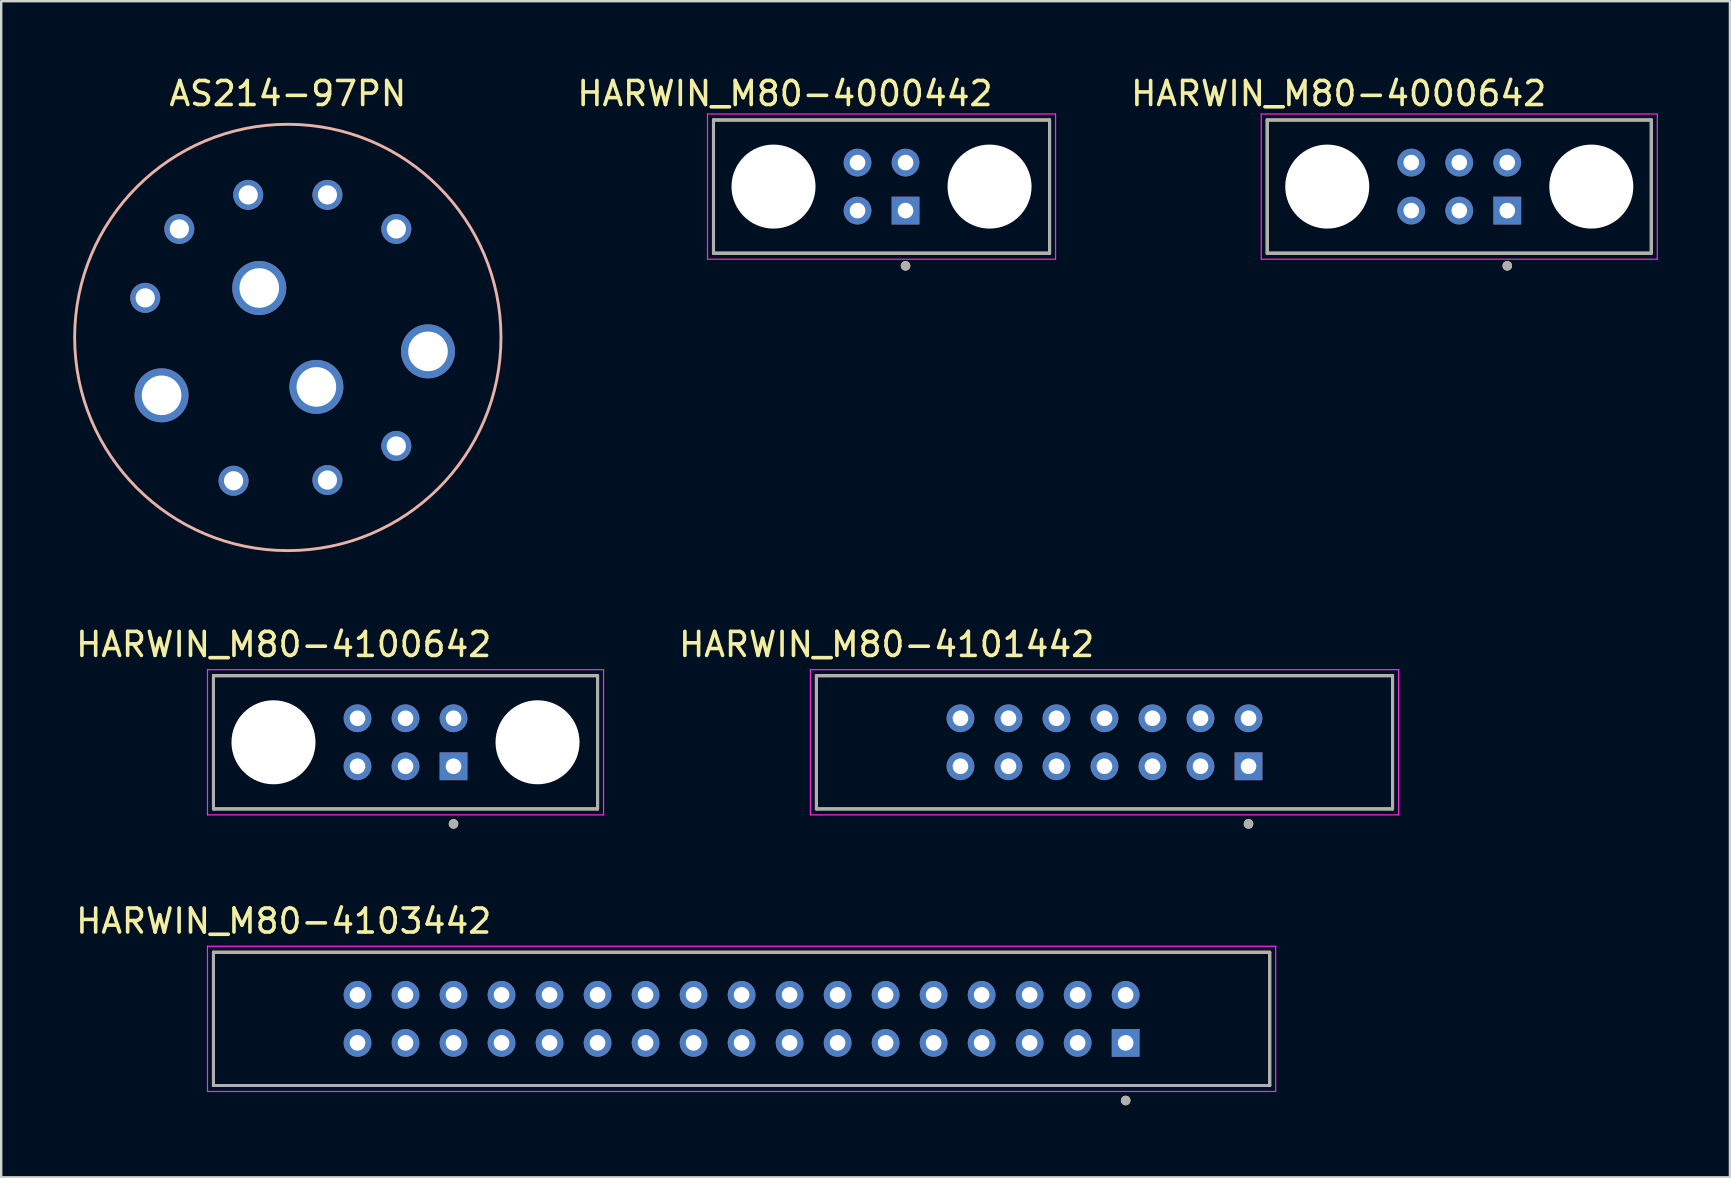
<source format=kicad_pcb>
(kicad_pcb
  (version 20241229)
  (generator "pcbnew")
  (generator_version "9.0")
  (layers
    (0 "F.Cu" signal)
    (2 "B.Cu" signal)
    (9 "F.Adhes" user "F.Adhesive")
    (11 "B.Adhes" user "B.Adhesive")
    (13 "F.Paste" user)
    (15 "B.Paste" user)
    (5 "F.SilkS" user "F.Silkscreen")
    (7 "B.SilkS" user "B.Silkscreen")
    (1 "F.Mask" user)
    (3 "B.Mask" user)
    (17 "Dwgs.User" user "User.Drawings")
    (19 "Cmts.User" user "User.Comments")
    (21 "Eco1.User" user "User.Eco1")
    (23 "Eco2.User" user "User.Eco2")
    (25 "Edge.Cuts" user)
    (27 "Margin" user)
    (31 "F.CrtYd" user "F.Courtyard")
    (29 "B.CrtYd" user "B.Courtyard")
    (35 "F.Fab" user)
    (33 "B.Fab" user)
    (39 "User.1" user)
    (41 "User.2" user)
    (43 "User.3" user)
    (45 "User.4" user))
  (footprint "HARWIN_M80-4103442"
    (layer "F.Cu")
    (at 27.843 39.395)
    (property "Reference" "HARWIN_M80-4103442" (at -19.075 -4.075 0) (layer "F.SilkS") (effects (font (size 1 1) (thickness 0.15))))
    (attr through_hole)
    (fp_line (start -22 -2.775) (end -22 2.775) (stroke (width 0.127) (type solid)) (layer "F.SilkS"))
    (fp_line (start -22 2.775) (end 22 2.775) (stroke (width 0.127) (type solid)) (layer "F.SilkS"))
    (fp_line (start 22 -2.775) (end -22 -2.775) (stroke (width 0.127) (type solid)) (layer "F.SilkS"))
    (fp_line (start 22 2.775) (end 22 -2.775) (stroke (width 0.127) (type solid)) (layer "F.SilkS"))
    (fp_circle (center 16 3.4) (end 16.1 3.4) (stroke (width 0.2) (type solid)) (fill no) (layer "F.SilkS"))
    (fp_line (start -22.25 -3.025) (end -22.25 3.025) (stroke (width 0.05) (type solid)) (layer "F.CrtYd"))
    (fp_line (start -22.25 3.025) (end 22.25 3.025) (stroke (width 0.05) (type solid)) (layer "F.CrtYd"))
    (fp_line (start 22.25 -3.025) (end -22.25 -3.025) (stroke (width 0.05) (type solid)) (layer "F.CrtYd"))
    (fp_line (start 22.25 3.025) (end 22.25 -3.025) (stroke (width 0.05) (type solid)) (layer "F.CrtYd"))
    (fp_line (start -22 -2.775) (end -22 2.775) (stroke (width 0.127) (type solid)) (layer "F.Fab"))
    (fp_line (start -22 2.775) (end 22 2.775) (stroke (width 0.127) (type solid)) (layer "F.Fab"))
    (fp_line (start 22 -2.775) (end -22 -2.775) (stroke (width 0.127) (type solid)) (layer "F.Fab"))
    (fp_line (start 22 2.775) (end 22 -2.775) (stroke (width 0.127) (type solid)) (layer "F.Fab"))
    (fp_circle (center 16 3.4) (end 16.1 3.4) (stroke (width 0.2) (type solid)) (fill no) (layer "F.Fab"))
    (pad "1" thru_hole rect (at 16 1) (size 1.158 1.158) (drill 0.65) (layers "*.Cu" "*.Mask"))
    (pad "2" thru_hole circle (at 14 1) (size 1.158 1.158) (drill 0.65) (layers "*.Cu" "*.Mask"))
    (pad "3" thru_hole circle (at 12 1) (size 1.158 1.158) (drill 0.65) (layers "*.Cu" "*.Mask"))
    (pad "4" thru_hole circle (at 10 1) (size 1.158 1.158) (drill 0.65) (layers "*.Cu" "*.Mask"))
    (pad "5" thru_hole circle (at 8 1) (size 1.158 1.158) (drill 0.65) (layers "*.Cu" "*.Mask"))
    (pad "6" thru_hole circle (at 6 1) (size 1.158 1.158) (drill 0.65) (layers "*.Cu" "*.Mask"))
    (pad "7" thru_hole circle (at 4 1) (size 1.158 1.158) (drill 0.65) (layers "*.Cu" "*.Mask"))
    (pad "8" thru_hole circle (at 2 1) (size 1.158 1.158) (drill 0.65) (layers "*.Cu" "*.Mask"))
    (pad "9" thru_hole circle (at 0 1) (size 1.158 1.158) (drill 0.65) (layers "*.Cu" "*.Mask"))
    (pad "10" thru_hole circle (at -2 1) (size 1.158 1.158) (drill 0.65) (layers "*.Cu" "*.Mask"))
    (pad "11" thru_hole circle (at -4 1) (size 1.158 1.158) (drill 0.65) (layers "*.Cu" "*.Mask"))
    (pad "12" thru_hole circle (at -6 1) (size 1.158 1.158) (drill 0.65) (layers "*.Cu" "*.Mask"))
    (pad "13" thru_hole circle (at -8 1) (size 1.158 1.158) (drill 0.65) (layers "*.Cu" "*.Mask"))
    (pad "14" thru_hole circle (at -10 1) (size 1.158 1.158) (drill 0.65) (layers "*.Cu" "*.Mask"))
    (pad "15" thru_hole circle (at -12 1) (size 1.158 1.158) (drill 0.65) (layers "*.Cu" "*.Mask"))
    (pad "16" thru_hole circle (at -14 1) (size 1.158 1.158) (drill 0.65) (layers "*.Cu" "*.Mask"))
    (pad "17" thru_hole circle (at -16 1) (size 1.158 1.158) (drill 0.65) (layers "*.Cu" "*.Mask"))
    (pad "18" thru_hole circle (at 16 -1) (size 1.158 1.158) (drill 0.65) (layers "*.Cu" "*.Mask"))
    (pad "19" thru_hole circle (at 14 -1) (size 1.158 1.158) (drill 0.65) (layers "*.Cu" "*.Mask"))
    (pad "20" thru_hole circle (at 12 -1) (size 1.158 1.158) (drill 0.65) (layers "*.Cu" "*.Mask"))
    (pad "21" thru_hole circle (at 10 -1) (size 1.158 1.158) (drill 0.65) (layers "*.Cu" "*.Mask"))
    (pad "22" thru_hole circle (at 8 -1) (size 1.158 1.158) (drill 0.65) (layers "*.Cu" "*.Mask"))
    (pad "23" thru_hole circle (at 6 -1) (size 1.158 1.158) (drill 0.65) (layers "*.Cu" "*.Mask"))
    (pad "24" thru_hole circle (at 4 -1) (size 1.158 1.158) (drill 0.65) (layers "*.Cu" "*.Mask"))
    (pad "25" thru_hole circle (at 2 -1) (size 1.158 1.158) (drill 0.65) (layers "*.Cu" "*.Mask"))
    (pad "26" thru_hole circle (at 0 -1) (size 1.158 1.158) (drill 0.65) (layers "*.Cu" "*.Mask"))
    (pad "27" thru_hole circle (at -2 -1) (size 1.158 1.158) (drill 0.65) (layers "*.Cu" "*.Mask"))
    (pad "28" thru_hole circle (at -4 -1) (size 1.158 1.158) (drill 0.65) (layers "*.Cu" "*.Mask"))
    (pad "29" thru_hole circle (at -6 -1) (size 1.158 1.158) (drill 0.65) (layers "*.Cu" "*.Mask"))
    (pad "30" thru_hole circle (at -8 -1) (size 1.158 1.158) (drill 0.65) (layers "*.Cu" "*.Mask"))
    (pad "31" thru_hole circle (at -10 -1) (size 1.158 1.158) (drill 0.65) (layers "*.Cu" "*.Mask"))
    (pad "32" thru_hole circle (at -12 -1) (size 1.158 1.158) (drill 0.65) (layers "*.Cu" "*.Mask"))
    (pad "33" thru_hole circle (at -14 -1) (size 1.158 1.158) (drill 0.65) (layers "*.Cu" "*.Mask"))
    (pad "34" thru_hole circle (at -16 -1) (size 1.158 1.158) (drill 0.65) (layers "*.Cu" "*.Mask")))
  (footprint "AS214-97PN"
    (layer "F.Cu")
    (at 8.94 11.008)
    (property "Reference" "AS214-97PN" (at -0.000001 -10.16 0) (layer "F.SilkS") (effects (font (size 1 1) (thickness 0.15))))
    (attr through_hole)
    (fp_circle (center 0 0) (end -8.88 0) (stroke (width 0.12) (type solid)) (fill no) (layer "B.SilkS"))
    (pad "A" thru_hole circle (at 1.65 -5.94) (size 1.25 1.25) (drill 0.8) (layers "*.Cu" "*.Mask"))
    (pad "B" thru_hole circle (at 4.52 -4.52) (size 1.25 1.25) (drill 0.8) (layers "*.Cu" "*.Mask"))
    (pad "C" thru_hole circle (at 5.84 0.58) (size 2.25 2.25) (drill 1.65) (layers "*.Cu" "*.Mask"))
    (pad "D" thru_hole circle (at 4.52 4.52) (size 1.25 1.25) (drill 0.8) (layers "*.Cu" "*.Mask"))
    (pad "E" thru_hole circle (at 1.65 5.94) (size 1.25 1.25) (drill 0.8) (layers "*.Cu" "*.Mask"))
    (pad "F" thru_hole circle (at -2.26 5.97) (size 1.25 1.25) (drill 0.8) (layers "*.Cu" "*.Mask"))
    (pad "G" thru_hole circle (at -5.26 2.41) (size 2.25 2.25) (drill 1.65) (layers "*.Cu" "*.Mask"))
    (pad "H" thru_hole circle (at -5.94 -1.65) (size 1.25 1.25) (drill 0.8) (layers "*.Cu" "*.Mask"))
    (pad "J" thru_hole circle (at -4.52 -4.52) (size 1.25 1.25) (drill 0.8) (layers "*.Cu" "*.Mask"))
    (pad "K" thru_hole circle (at -1.65 -5.94) (size 1.25 1.25) (drill 0.8) (layers "*.Cu" "*.Mask"))
    (pad "L" thru_hole circle (at -1.19 -2.06) (size 2.25 2.25) (drill 1.65) (layers "*.Cu" "*.Mask"))
    (pad "M" thru_hole circle (at 1.19 2.06) (size 2.25 2.25) (drill 1.65) (layers "*.Cu" "*.Mask")))
  (footprint "HARWIN_M80-4000442"
    (layer "F.Cu")
    (at 33.673 4.723)
    (property "Reference" "HARWIN_M80-4000442" (at -4.025 -3.875 0) (layer "F.SilkS") (effects (font (size 1 1) (thickness 0.15))))
    (attr through_hole)
    (fp_line (start -7 -2.775) (end -7 2.775) (stroke (width 0.127) (type solid)) (layer "F.SilkS"))
    (fp_line (start -7 2.775) (end 7 2.775) (stroke (width 0.127) (type solid)) (layer "F.SilkS"))
    (fp_line (start 7 -2.775) (end -7 -2.775) (stroke (width 0.127) (type solid)) (layer "F.SilkS"))
    (fp_line (start 7 2.775) (end 7 -2.775) (stroke (width 0.127) (type solid)) (layer "F.SilkS"))
    (fp_circle (center 1 3.3) (end 1.1 3.3) (stroke (width 0.2) (type solid)) (fill no) (layer "F.SilkS"))
    (fp_line (start -7.25 -3.025) (end -7.25 3.025) (stroke (width 0.05) (type solid)) (layer "F.CrtYd"))
    (fp_line (start -7.25 3.025) (end 7.25 3.025) (stroke (width 0.05) (type solid)) (layer "F.CrtYd"))
    (fp_line (start 7.25 -3.025) (end -7.25 -3.025) (stroke (width 0.05) (type solid)) (layer "F.CrtYd"))
    (fp_line (start 7.25 3.025) (end 7.25 -3.025) (stroke (width 0.05) (type solid)) (layer "F.CrtYd"))
    (fp_line (start -7 -2.775) (end -7 2.775) (stroke (width 0.127) (type solid)) (layer "F.Fab"))
    (fp_line (start -7 2.775) (end 7 2.775) (stroke (width 0.127) (type solid)) (layer "F.Fab"))
    (fp_line (start 7 -2.775) (end -7 -2.775) (stroke (width 0.127) (type solid)) (layer "F.Fab"))
    (fp_line (start 7 2.775) (end 7 -2.775) (stroke (width 0.127) (type solid)) (layer "F.Fab"))
    (fp_circle (center 1 3.3) (end 1.1 3.3) (stroke (width 0.2) (type solid)) (fill no) (layer "F.Fab"))
    (pad "" np_thru_hole circle (at -4.5 0) (size 3.5 3.5) (drill 3.5) (layers "*.Cu" "*.Mask"))
    (pad "" np_thru_hole circle (at 4.5 0) (size 3.5 3.5) (drill 3.5) (layers "*.Cu" "*.Mask"))
    (pad "1" thru_hole rect (at 1 1) (size 1.158 1.158) (drill 0.65) (layers "*.Cu" "*.Mask"))
    (pad "2" thru_hole circle (at -1 1) (size 1.158 1.158) (drill 0.65) (layers "*.Cu" "*.Mask"))
    (pad "3" thru_hole circle (at 1 -1) (size 1.158 1.158) (drill 0.65) (layers "*.Cu" "*.Mask"))
    (pad "4" thru_hole circle (at -1 -1) (size 1.158 1.158) (drill 0.65) (layers "*.Cu" "*.Mask")))
  (footprint "HARWIN_M80-4100642"
    (layer "F.Cu")
    (at 13.843 27.872)
    (property "Reference" "HARWIN_M80-4100642" (at -5.075 -4.075 0) (layer "F.SilkS") (effects (font (size 1 1) (thickness 0.15))))
    (attr through_hole)
    (fp_line (start -8 -2.775) (end -8 2.775) (stroke (width 0.127) (type solid)) (layer "F.SilkS"))
    (fp_line (start -8 -2.775) (end 8 -2.775) (stroke (width 0.127) (type solid)) (layer "F.SilkS"))
    (fp_line (start 8 -2.775) (end 8 2.775) (stroke (width 0.127) (type solid)) (layer "F.SilkS"))
    (fp_line (start 8 2.775) (end -8 2.775) (stroke (width 0.127) (type solid)) (layer "F.SilkS"))
    (fp_circle (center 2 3.4) (end 2.1 3.4) (stroke (width 0.2) (type solid)) (fill no) (layer "F.SilkS"))
    (fp_line (start -8.25 -3.025) (end -8.25 3.025) (stroke (width 0.05) (type solid)) (layer "F.CrtYd"))
    (fp_line (start -8.25 3.025) (end 8.25 3.025) (stroke (width 0.05) (type solid)) (layer "F.CrtYd"))
    (fp_line (start 8.25 -3.025) (end -8.25 -3.025) (stroke (width 0.05) (type solid)) (layer "F.CrtYd"))
    (fp_line (start 8.25 3.025) (end 8.25 -3.025) (stroke (width 0.05) (type solid)) (layer "F.CrtYd"))
    (fp_line (start -8 -2.775) (end -8 2.775) (stroke (width 0.127) (type solid)) (layer "F.Fab"))
    (fp_line (start -8 2.775) (end 8 2.775) (stroke (width 0.127) (type solid)) (layer "F.Fab"))
    (fp_line (start 8 -2.775) (end -8 -2.775) (stroke (width 0.127) (type solid)) (layer "F.Fab"))
    (fp_line (start 8 2.775) (end 8 -2.775) (stroke (width 0.127) (type solid)) (layer "F.Fab"))
    (fp_circle (center 2 3.4) (end 2.1 3.4) (stroke (width 0.2) (type solid)) (fill no) (layer "F.Fab"))
    (pad "" np_thru_hole circle (at -5.5 0) (size 3.5 3.5) (drill 3.5) (layers "*.Cu" "*.Mask"))
    (pad "" np_thru_hole circle (at 5.5 0) (size 3.5 3.5) (drill 3.5) (layers "*.Cu" "*.Mask"))
    (pad "1" thru_hole rect (at 2 1) (size 1.158 1.158) (drill 0.65) (layers "*.Cu" "*.Mask"))
    (pad "2" thru_hole circle (at 0 1) (size 1.158 1.158) (drill 0.65) (layers "*.Cu" "*.Mask"))
    (pad "3" thru_hole circle (at -2 1) (size 1.158 1.158) (drill 0.65) (layers "*.Cu" "*.Mask"))
    (pad "4" thru_hole circle (at 2 -1) (size 1.158 1.158) (drill 0.65) (layers "*.Cu" "*.Mask"))
    (pad "5" thru_hole circle (at 0 -1) (size 1.158 1.158) (drill 0.65) (layers "*.Cu" "*.Mask"))
    (pad "6" thru_hole circle (at -2 -1) (size 1.158 1.158) (drill 0.65) (layers "*.Cu" "*.Mask")))
  (footprint "HARWIN_M80-4101442"
    (layer "F.Cu")
    (at 42.961 27.872)
    (property "Reference" "HARWIN_M80-4101442" (at -9.075 -4.075 0) (layer "F.SilkS") (effects (font (size 1 1) (thickness 0.15))))
    (attr through_hole)
    (fp_line (start -12 -2.775) (end -12 2.775) (stroke (width 0.127) (type solid)) (layer "F.SilkS"))
    (fp_line (start -12 2.775) (end 12 2.775) (stroke (width 0.127) (type solid)) (layer "F.SilkS"))
    (fp_line (start 12 -2.775) (end -12 -2.775) (stroke (width 0.127) (type solid)) (layer "F.SilkS"))
    (fp_line (start 12 2.775) (end 12 -2.775) (stroke (width 0.127) (type solid)) (layer "F.SilkS"))
    (fp_circle (center 6 3.4) (end 6.1 3.4) (stroke (width 0.2) (type solid)) (fill no) (layer "F.SilkS"))
    (fp_line (start -12.25 -3.025) (end -12.25 3.025) (stroke (width 0.05) (type solid)) (layer "F.CrtYd"))
    (fp_line (start -12.25 3.025) (end 12.25 3.025) (stroke (width 0.05) (type solid)) (layer "F.CrtYd"))
    (fp_line (start 12.25 -3.025) (end -12.25 -3.025) (stroke (width 0.05) (type solid)) (layer "F.CrtYd"))
    (fp_line (start 12.25 3.025) (end 12.25 -3.025) (stroke (width 0.05) (type solid)) (layer "F.CrtYd"))
    (fp_line (start -12 -2.775) (end -12 2.775) (stroke (width 0.127) (type solid)) (layer "F.Fab"))
    (fp_line (start -12 2.775) (end 12 2.775) (stroke (width 0.127) (type solid)) (layer "F.Fab"))
    (fp_line (start 12 -2.775) (end -12 -2.775) (stroke (width 0.127) (type solid)) (layer "F.Fab"))
    (fp_line (start 12 2.775) (end 12 -2.775) (stroke (width 0.127) (type solid)) (layer "F.Fab"))
    (fp_circle (center 6 3.4) (end 6.1 3.4) (stroke (width 0.2) (type solid)) (fill no) (layer "F.Fab"))
    (pad "1" thru_hole rect (at 6 1) (size 1.158 1.158) (drill 0.65) (layers "*.Cu" "*.Mask"))
    (pad "2" thru_hole circle (at 4 1) (size 1.158 1.158) (drill 0.65) (layers "*.Cu" "*.Mask"))
    (pad "3" thru_hole circle (at 2 1) (size 1.158 1.158) (drill 0.65) (layers "*.Cu" "*.Mask"))
    (pad "4" thru_hole circle (at 0 1) (size 1.158 1.158) (drill 0.65) (layers "*.Cu" "*.Mask"))
    (pad "5" thru_hole circle (at -2 1) (size 1.158 1.158) (drill 0.65) (layers "*.Cu" "*.Mask"))
    (pad "6" thru_hole circle (at -4 1) (size 1.158 1.158) (drill 0.65) (layers "*.Cu" "*.Mask"))
    (pad "7" thru_hole circle (at -6 1) (size 1.158 1.158) (drill 0.65) (layers "*.Cu" "*.Mask"))
    (pad "8" thru_hole circle (at 6 -1) (size 1.158 1.158) (drill 0.65) (layers "*.Cu" "*.Mask"))
    (pad "9" thru_hole circle (at 4 -1) (size 1.158 1.158) (drill 0.65) (layers "*.Cu" "*.Mask"))
    (pad "10" thru_hole circle (at 2 -1) (size 1.158 1.158) (drill 0.65) (layers "*.Cu" "*.Mask"))
    (pad "11" thru_hole circle (at 0 -1) (size 1.158 1.158) (drill 0.65) (layers "*.Cu" "*.Mask"))
    (pad "12" thru_hole circle (at -2 -1) (size 1.158 1.158) (drill 0.65) (layers "*.Cu" "*.Mask"))
    (pad "13" thru_hole circle (at -4 -1) (size 1.158 1.158) (drill 0.65) (layers "*.Cu" "*.Mask"))
    (pad "14" thru_hole circle (at -6 -1) (size 1.158 1.158) (drill 0.65) (layers "*.Cu" "*.Mask")))
  (footprint "HARWIN_M80-4000642"
    (layer "F.Cu")
    (at 57.741 4.723)
    (property "Reference" "HARWIN_M80-4000642" (at -5.025 -3.875 0) (layer "F.SilkS") (effects (font (size 1 1) (thickness 0.15))))
    (attr through_hole)
    (fp_line (start -8 -2.775) (end -8 2.775) (stroke (width 0.127) (type solid)) (layer "F.SilkS"))
    (fp_line (start -8 2.775) (end 8 2.775) (stroke (width 0.127) (type solid)) (layer "F.SilkS"))
    (fp_line (start 8 -2.775) (end -8 -2.775) (stroke (width 0.127) (type solid)) (layer "F.SilkS"))
    (fp_line (start 8 2.775) (end 8 -2.775) (stroke (width 0.127) (type solid)) (layer "F.SilkS"))
    (fp_circle (center 2 3.3) (end 2.1 3.3) (stroke (width 0.2) (type solid)) (fill no) (layer "F.SilkS"))
    (fp_line (start -8.25 -3.025) (end -8.25 3.025) (stroke (width 0.05) (type solid)) (layer "F.CrtYd"))
    (fp_line (start -8.25 3.025) (end 8.25 3.025) (stroke (width 0.05) (type solid)) (layer "F.CrtYd"))
    (fp_line (start 8.25 -3.025) (end -8.25 -3.025) (stroke (width 0.05) (type solid)) (layer "F.CrtYd"))
    (fp_line (start 8.25 3.025) (end 8.25 -3.025) (stroke (width 0.05) (type solid)) (layer "F.CrtYd"))
    (fp_line (start -8 -2.775) (end -8 2.775) (stroke (width 0.127) (type solid)) (layer "F.Fab"))
    (fp_line (start -8 2.775) (end 8 2.775) (stroke (width 0.127) (type solid)) (layer "F.Fab"))
    (fp_line (start 8 -2.775) (end -8 -2.775) (stroke (width 0.127) (type solid)) (layer "F.Fab"))
    (fp_line (start 8 2.775) (end 8 -2.775) (stroke (width 0.127) (type solid)) (layer "F.Fab"))
    (fp_circle (center 2 3.3) (end 2.1 3.3) (stroke (width 0.2) (type solid)) (fill no) (layer "F.Fab"))
    (pad "" np_thru_hole circle (at -5.5 0) (size 3.5 3.5) (drill 3.5) (layers "*.Cu" "*.Mask"))
    (pad "" np_thru_hole circle (at 5.5 0) (size 3.5 3.5) (drill 3.5) (layers "*.Cu" "*.Mask"))
    (pad "1" thru_hole rect (at 2 1) (size 1.158 1.158) (drill 0.65) (layers "*.Cu" "*.Mask"))
    (pad "2" thru_hole circle (at 0 1) (size 1.158 1.158) (drill 0.65) (layers "*.Cu" "*.Mask"))
    (pad "3" thru_hole circle (at -2 1) (size 1.158 1.158) (drill 0.65) (layers "*.Cu" "*.Mask"))
    (pad "4" thru_hole circle (at 2 -1) (size 1.158 1.158) (drill 0.65) (layers "*.Cu" "*.Mask"))
    (pad "5" thru_hole circle (at 0 -1) (size 1.158 1.158) (drill 0.65) (layers "*.Cu" "*.Mask"))
    (pad "6" thru_hole circle (at -2 -1) (size 1.158 1.158) (drill 0.65) (layers "*.Cu" "*.Mask")))
  (gr_rect
    (start -3 -3)
    (end 69.016 45.995)
    (stroke (width 0.1) (type default))
    (fill no)
    (layer "Edge.Cuts")))
</source>
